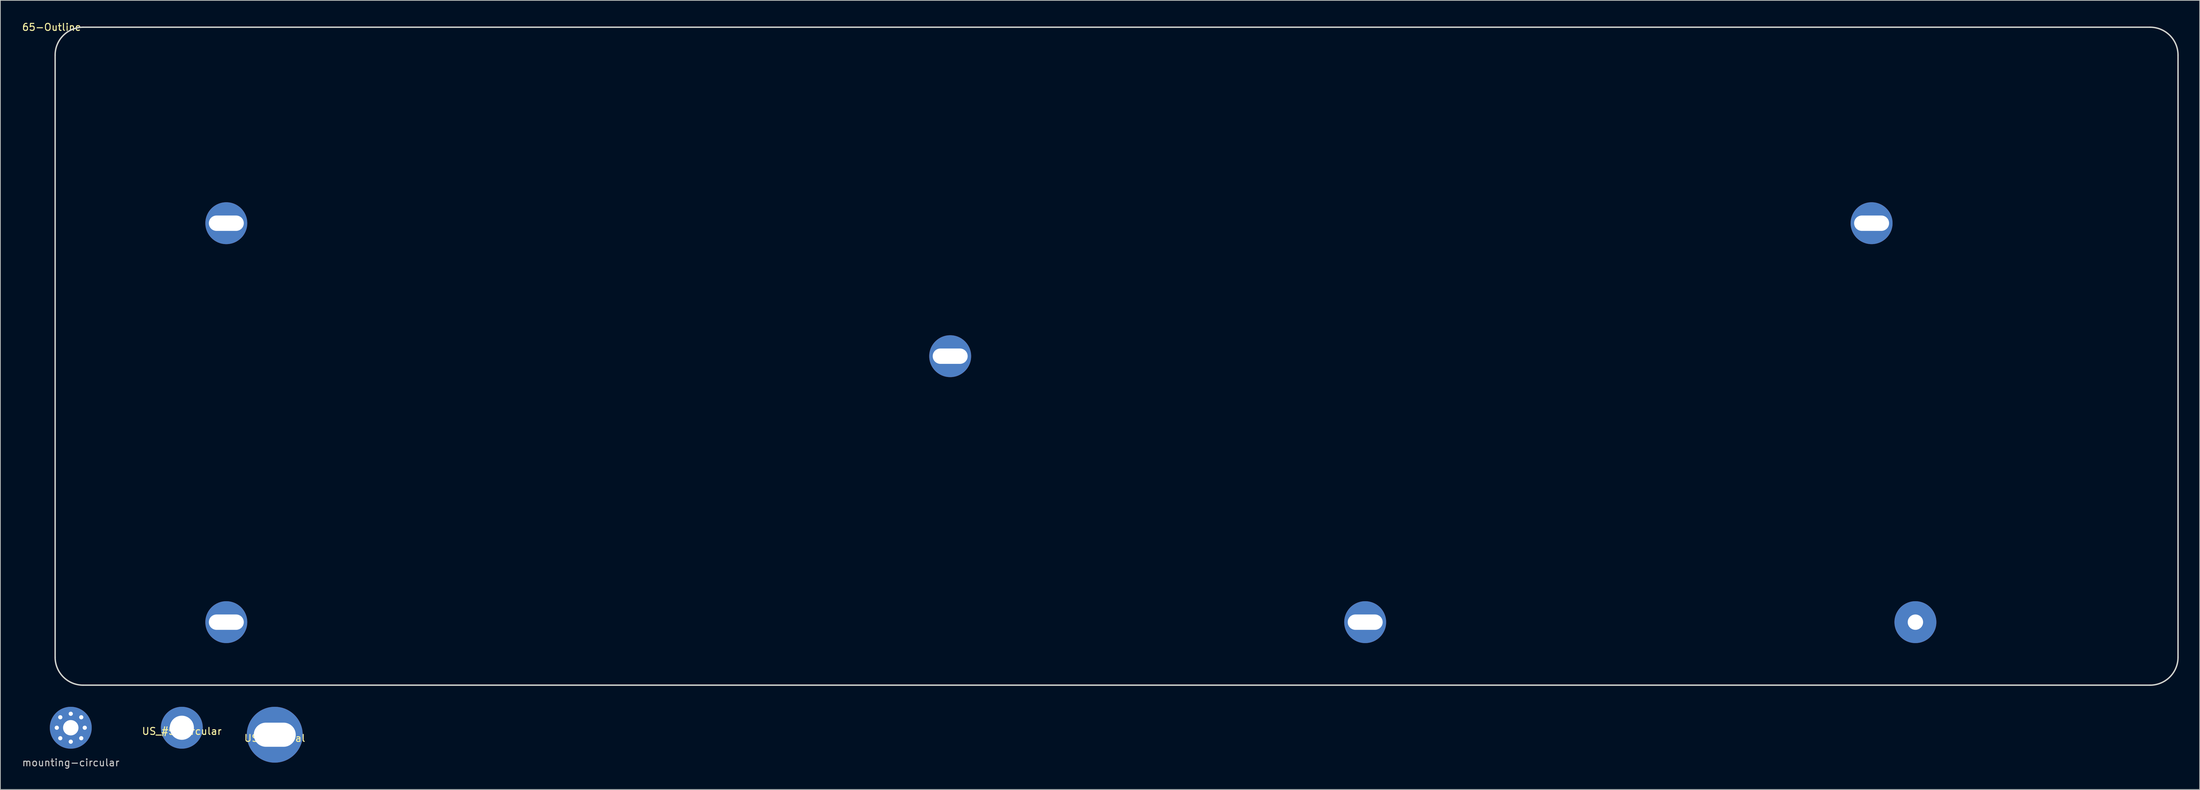
<source format=kicad_pcb>
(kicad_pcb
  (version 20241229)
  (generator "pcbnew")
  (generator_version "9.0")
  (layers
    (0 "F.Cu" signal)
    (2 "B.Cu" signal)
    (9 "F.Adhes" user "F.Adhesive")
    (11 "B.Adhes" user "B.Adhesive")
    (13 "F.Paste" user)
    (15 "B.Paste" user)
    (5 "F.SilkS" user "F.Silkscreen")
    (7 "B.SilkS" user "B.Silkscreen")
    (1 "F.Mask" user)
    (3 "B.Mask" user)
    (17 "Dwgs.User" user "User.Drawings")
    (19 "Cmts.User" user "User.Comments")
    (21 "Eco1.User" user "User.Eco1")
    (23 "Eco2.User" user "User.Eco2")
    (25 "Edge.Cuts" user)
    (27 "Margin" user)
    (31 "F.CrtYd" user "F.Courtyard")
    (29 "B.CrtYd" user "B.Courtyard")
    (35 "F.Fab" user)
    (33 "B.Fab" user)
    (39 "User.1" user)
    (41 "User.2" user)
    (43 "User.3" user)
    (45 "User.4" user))
  (footprint "US_#5_Oval"
    (layer "F.Cu")
    (at 36.268 102.198)
    (property "Reference" "US_#5_Oval" (at 0 0.5 0) (layer "F.SilkS") (effects (font (size 1 1) (thickness 0.15))))
    (attr through_hole)
    (pad "1" thru_hole oval (at 0 0) (size 8 8) (drill oval 6 3.454) (layers "*.Cu" "*.Mask")))
  (footprint "US_#5_Circular"
    (layer "F.Cu")
    (at 22.97 101.198)
    (property "Reference" "US_#5_Circular" (at 0 0.5 0) (layer "F.SilkS") (effects (font (size 1 1) (thickness 0.15))))
    (attr through_hole)
    (pad "1" thru_hole circle (at 0 0) (size 6 6) (drill 3.454) (layers "*.Cu" "*.Mask")))
  (footprint "65-Outline"
    (layer "F.Cu")
    (at 4.339 0.348)
    (property "Reference" "65-Outline" (at 0 0.5 0) (layer "F.SilkS") (effects (font (size 1 1) (thickness 0.15))))
    (attr through_hole)
    (fp_line (start 0.5 4.5) (end 0.5 90.75) (stroke (width 0.2) (type solid)) (layer "Edge.Cuts"))
    (fp_line (start 4.5 0.5) (end 300.3 0.5) (stroke (width 0.2) (type solid)) (layer "Edge.Cuts"))
    (fp_line (start 4.5 94.75) (end 300.3 94.75) (stroke (width 0.2) (type solid)) (layer "Edge.Cuts"))
    (fp_line (start 304.3 4.5) (end 304.3 90.75) (stroke (width 0.2) (type solid)) (layer "Edge.Cuts"))
    (fp_arc (start 0.5 4.5) (mid 1.671573 1.671573) (end 4.5 0.5) (stroke (width 0.2) (type solid)) (layer "Edge.Cuts"))
    (fp_arc (start 4.5 94.75) (mid 1.671573 93.578427) (end 0.5 90.75) (stroke (width 0.2) (type solid)) (layer "Edge.Cuts"))
    (fp_arc (start 300.3 0.5) (mid 303.128427 1.671573) (end 304.3 4.5) (stroke (width 0.2) (type solid)) (layer "Edge.Cuts"))
    (fp_arc (start 304.3 90.75) (mid 303.128427 93.578427) (end 300.3 94.75) (stroke (width 0.2) (type solid)) (layer "Edge.Cuts"))
    (pad "1" thru_hole circle (at 24.997 28.575) (size 6 6) (drill oval 5 2.2) (layers "*.Cu" "*.Mask"))
    (pad "1" thru_hole circle (at 24.997 85.725) (size 6 6) (drill oval 5 2.2) (layers "*.Cu" "*.Mask"))
    (pad "1" thru_hole circle (at 128.588 47.625) (size 6 6) (drill oval 5 2.2) (layers "*.Cu" "*.Mask"))
    (pad "1" thru_hole circle (at 187.977 85.725) (size 6 6) (drill oval 5 2.2) (layers "*.Cu" "*.Mask"))
    (pad "1" thru_hole circle (at 260.447 28.575) (size 6 6) (drill oval 5 2.2) (layers "*.Cu" "*.Mask"))
    (pad "1" thru_hole circle (at 266.717 85.725) (size 6 6) (drill 2.2) (layers "*.Cu" "*.Mask")))
  (footprint "mounting-circular"
    (layer "F.Cu")
    (at 7.077 101.198)
    (property "Reference" "mounting-circular" (at 0 5 0) (layer "Dwgs.User") (effects (font (size 1 1) (thickness 0.15))))
    (attr through_hole)
    (pad "1" thru_hole circle (at -2 0) (size 1 1) (drill 0.6) (layers "*.Cu" "*.Mask"))
    (pad "1" thru_hole circle (at -1.5 -1.5) (size 1 1) (drill 0.6) (layers "*.Cu" "*.Mask"))
    (pad "1" thru_hole circle (at -1.5 1.5) (size 1 1) (drill 0.6) (layers "*.Cu" "*.Mask"))
    (pad "1" thru_hole circle (at 0 -2) (size 1 1) (drill 0.6) (layers "*.Cu" "*.Mask"))
    (pad "1" thru_hole circle (at 0 0) (size 6 6) (drill oval 2.2) (layers "*.Cu" "*.Mask"))
    (pad "1" thru_hole circle (at 0 2) (size 1 1) (drill 0.6) (layers "*.Cu" "*.Mask"))
    (pad "1" thru_hole circle (at 1.5 -1.5) (size 1 1) (drill 0.6) (layers "*.Cu" "*.Mask"))
    (pad "1" thru_hole circle (at 1.5 1.5) (size 1 1) (drill 0.6) (layers "*.Cu" "*.Mask"))
    (pad "1" thru_hole circle (at 2 0) (size 1 1) (drill 0.6) (layers "*.Cu" "*.Mask")))
  (gr_rect
    (start -3 -3)
    (end 311.739 110.046)
    (stroke (width 0.1) (type default))
    (fill no)
    (layer "Edge.Cuts")))
</source>
